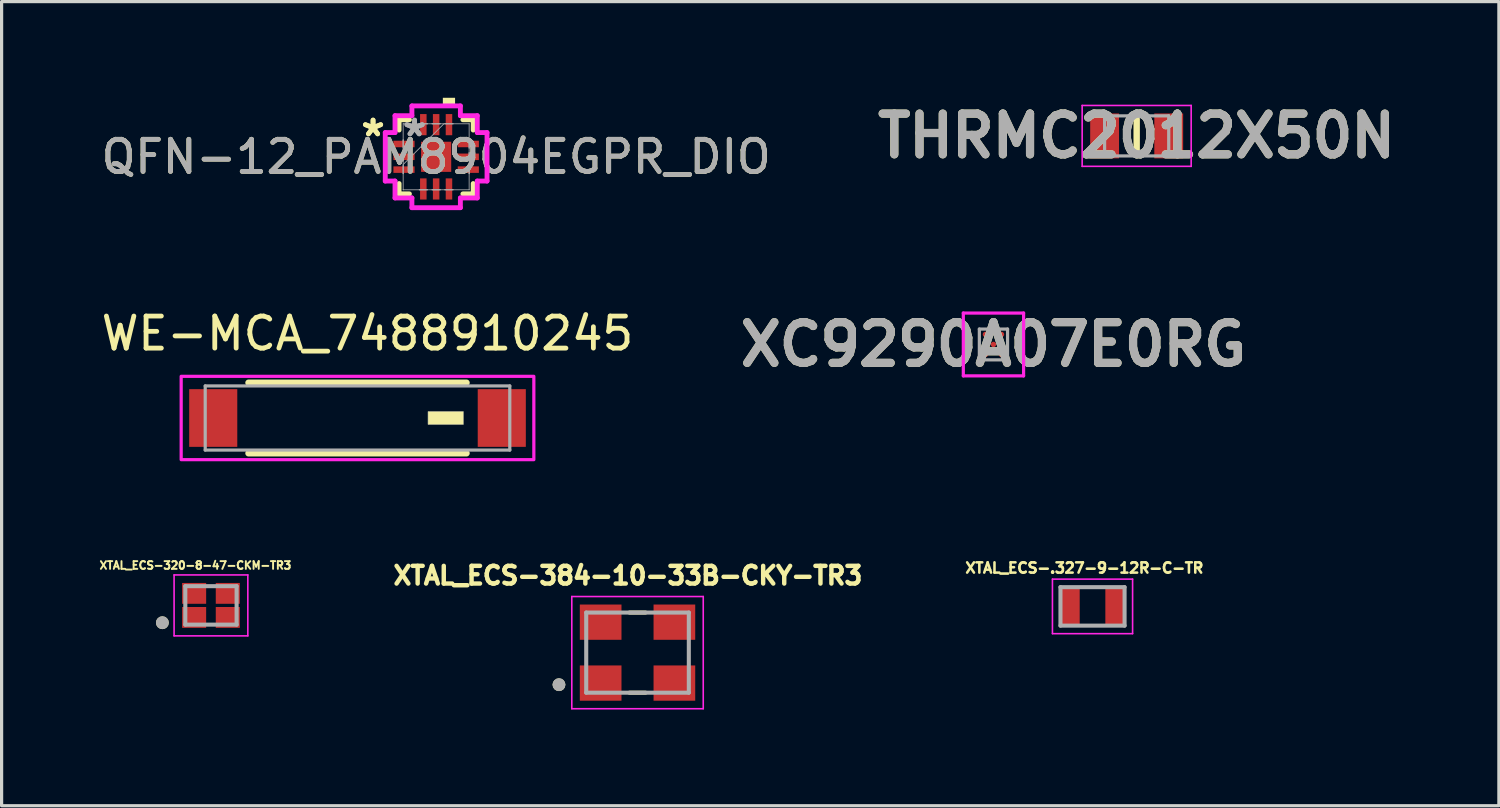
<source format=kicad_pcb>
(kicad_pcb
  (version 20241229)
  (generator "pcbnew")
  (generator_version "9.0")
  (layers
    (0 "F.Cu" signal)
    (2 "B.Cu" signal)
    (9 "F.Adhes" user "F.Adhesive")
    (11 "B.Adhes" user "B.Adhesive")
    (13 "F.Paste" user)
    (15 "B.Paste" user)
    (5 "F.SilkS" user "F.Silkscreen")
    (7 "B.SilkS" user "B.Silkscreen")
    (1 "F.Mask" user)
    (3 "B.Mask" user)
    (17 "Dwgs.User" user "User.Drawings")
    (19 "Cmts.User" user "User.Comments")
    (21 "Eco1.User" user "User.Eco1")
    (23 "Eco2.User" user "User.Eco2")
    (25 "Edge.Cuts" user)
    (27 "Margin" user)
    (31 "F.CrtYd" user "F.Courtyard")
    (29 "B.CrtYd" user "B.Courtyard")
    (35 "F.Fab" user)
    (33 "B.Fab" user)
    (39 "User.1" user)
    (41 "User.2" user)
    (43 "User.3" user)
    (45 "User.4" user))
  (footprint "XC9290A07E0RG"
    (layer "F.Cu")
    (at 27.937 7.694)
    (property "Reference" "XC9290A07E0RG" (at 0 0 0) (layer "F.SilkS") (effects (font (size 1.27 1.27) (thickness 0.254))))
    (attr smd)
    (fp_line (start 0.8 -0.363) (end 0.8 -0.363) (stroke (width 0.1) (type solid)) (layer "F.SilkS"))
    (fp_line (start 0.8 -0.263) (end 0.8 -0.263) (stroke (width 0.1) (type solid)) (layer "F.SilkS"))
    (fp_arc (start 0.8 -0.363) (mid 0.85 -0.313) (end 0.8 -0.263) (stroke (width 0.1) (type solid)) (layer "F.SilkS"))
    (fp_arc (start 0.8 -0.263) (mid 0.75 -0.313) (end 0.8 -0.363) (stroke (width 0.1) (type solid)) (layer "F.SilkS"))
    (fp_line (start -0.94 -0.98) (end 0.94 -0.98) (stroke (width 0.1) (type solid)) (layer "F.CrtYd"))
    (fp_line (start -0.94 0.98) (end -0.94 -0.98) (stroke (width 0.1) (type solid)) (layer "F.CrtYd"))
    (fp_line (start 0.94 -0.98) (end 0.94 0.98) (stroke (width 0.1) (type solid)) (layer "F.CrtYd"))
    (fp_line (start 0.94 0.98) (end -0.94 0.98) (stroke (width 0.1) (type solid)) (layer "F.CrtYd"))
    (fp_line (start -0.44 -0.48) (end -0.44 0.48) (stroke (width 0.1) (type solid)) (layer "F.Fab"))
    (fp_line (start -0.44 0.48) (end 0.44 0.48) (stroke (width 0.1) (type solid)) (layer "F.Fab"))
    (fp_line (start 0.44 -0.48) (end -0.44 -0.48) (stroke (width 0.1) (type solid)) (layer "F.Fab"))
    (fp_line (start 0.44 0.48) (end 0.44 -0.48) (stroke (width 0.1) (type solid)) (layer "F.Fab"))
    (fp_text user "${REFERENCE}" (at 0 0 0) (layer "F.Fab") (effects (font (size 1.27 1.27) (thickness 0.254))))
    (pad "1" smd circle (at 0.25 -0.313 90) (size 0.17 0.17) (layers "F.Cu" "F.Mask" "F.Paste"))
    (pad "2" smd circle (at -0.25 -0.313 90) (size 0.17 0.17) (layers "F.Cu" "F.Mask" "F.Paste"))
    (pad "3" smd circle (at -0.25 0.313 90) (size 0.17 0.17) (layers "F.Cu" "F.Mask" "F.Paste"))
    (pad "4" smd circle (at 0.25 0.313 90) (size 0.17 0.17) (layers "F.Cu" "F.Mask" "F.Paste"))
    (pad "5" smd circle (at 0 0 90) (size 0.17 0.17) (layers "F.Cu" "F.Mask" "F.Paste")))
  (footprint "WE-MCA_7488910245"
    (layer "F.Cu")
    (at 8.101 9.988)
    (property "Reference" "WE-MCA_7488910245" (at 0.31 -2.635 0) (layer "F.SilkS") (effects (font (size 1 1) (thickness 0.15))))
    (attr smd)
    (fp_line (start -3.4 -1.1) (end 3.4 -1.1) (stroke (width 0.2) (type solid)) (layer "F.SilkS"))
    (fp_line (start 3.4 1.1) (end -3.4 1.1) (stroke (width 0.2) (type solid)) (layer "F.SilkS"))
    (fp_poly (pts (xy 2.2 -0.2) (xy 3.3 -0.2) (xy 3.3 0.2) (xy 2.2 0.2)) (stroke (width 0.01) (type solid)) (fill yes) (layer "F.SilkS"))
    (fp_poly (pts (xy 5.5 -1.3) (xy 5.5 1.3) (xy -5.5 1.3) (xy -5.5 -1.3)) (stroke (width 0.1) (type solid)) (fill no) (layer "F.CrtYd"))
    (fp_line (start -4.75 -1) (end -4.75 1) (stroke (width 0.1) (type solid)) (layer "F.Fab"))
    (fp_line (start -4.75 -1) (end 4.75 -1) (stroke (width 0.1) (type solid)) (layer "F.Fab"))
    (fp_line (start 4.75 -1) (end 4.75 1) (stroke (width 0.1) (type solid)) (layer "F.Fab"))
    (fp_line (start 4.75 1) (end -4.75 1) (stroke (width 0.1) (type solid)) (layer "F.Fab"))
    (fp_poly (pts (xy 2.2 -0.2) (xy 3.3 -0.2) (xy 3.3 0.2) (xy 2.2 0.2)) (stroke (width 0.01) (type solid)) (fill no) (layer "F.Fab"))
    (pad "1" smd rect (at 4.5 0) (size 1.5 1.8) (layers "F.Cu" "F.Mask" "F.Paste"))
    (pad "2" smd rect (at -4.5 0) (size 1.5 1.8) (layers "F.Cu" "F.Mask" "F.Paste")))
  (footprint "XTAL_ECS-384-10-33B-CKY-TR3"
    (layer "F.Cu")
    (at 16.835 17.306)
    (property "Reference" "XTAL_ECS-384-10-33B-CKY-TR3" (at -0.3 -2.403 0) (layer "F.SilkS") (effects (font (size 0.552 0.552) (thickness 0.15))))
    (attr smd)
    (fp_line (start -0.25 -1.25) (end 0.25 -1.25) (stroke (width 0.127) (type solid)) (layer "F.SilkS"))
    (fp_line (start 0.25 1.25) (end -0.25 1.25) (stroke (width 0.127) (type solid)) (layer "F.SilkS"))
    (fp_circle (center -2.45 1) (end -2.35 1) (stroke (width 0.2) (type solid)) (fill no) (layer "F.SilkS"))
    (fp_line (start -2.05 -1.75) (end 2.05 -1.75) (stroke (width 0.05) (type solid)) (layer "F.CrtYd"))
    (fp_line (start -2.05 1.75) (end -2.05 -1.75) (stroke (width 0.05) (type solid)) (layer "F.CrtYd"))
    (fp_line (start 2.05 -1.75) (end 2.05 1.75) (stroke (width 0.05) (type solid)) (layer "F.CrtYd"))
    (fp_line (start 2.05 1.75) (end -2.05 1.75) (stroke (width 0.05) (type solid)) (layer "F.CrtYd"))
    (fp_line (start -1.6 -1.25) (end 1.6 -1.25) (stroke (width 0.127) (type solid)) (layer "F.Fab"))
    (fp_line (start -1.6 1.25) (end -1.6 -1.25) (stroke (width 0.127) (type solid)) (layer "F.Fab"))
    (fp_line (start 1.6 -1.25) (end 1.6 1.25) (stroke (width 0.127) (type solid)) (layer "F.Fab"))
    (fp_line (start 1.6 1.25) (end -1.6 1.25) (stroke (width 0.127) (type solid)) (layer "F.Fab"))
    (fp_circle (center -2.45 1) (end -2.35 1) (stroke (width 0.2) (type solid)) (fill no) (layer "F.Fab"))
    (pad "1" smd rect (at -1.15 0.95) (size 1.3 1.1) (layers "F.Cu" "F.Mask" "F.Paste"))
    (pad "2" smd rect (at 1.15 0.95) (size 1.3 1.1) (layers "F.Cu" "F.Mask" "F.Paste"))
    (pad "3" smd rect (at 1.15 -0.95) (size 1.3 1.1) (layers "F.Cu" "F.Mask" "F.Paste"))
    (pad "4" smd rect (at -1.15 -0.95) (size 1.3 1.1) (layers "F.Cu" "F.Mask" "F.Paste")))
  (footprint "XTAL_ECS-.327-9-12R-C-TR"
    (layer "F.Cu")
    (at 31.027 15.864)
    (property "Reference" "XTAL_ECS-.327-9-12R-C-TR" (at -0.254 -1.198 0) (layer "F.SilkS") (effects (font (size 0.32 0.32) (thickness 0.15))))
    (attr smd)
    (fp_line (start -1.25 -0.85) (end -1.25 0.85) (stroke (width 0.05) (type solid)) (layer "F.CrtYd"))
    (fp_line (start -1.25 0.85) (end 1.25 0.85) (stroke (width 0.05) (type solid)) (layer "F.CrtYd"))
    (fp_line (start 1.25 -0.85) (end -1.25 -0.85) (stroke (width 0.05) (type solid)) (layer "F.CrtYd"))
    (fp_line (start 1.25 0.85) (end 1.25 -0.85) (stroke (width 0.05) (type solid)) (layer "F.CrtYd"))
    (fp_line (start -1 -0.6) (end -1 0.6) (stroke (width 0.127) (type solid)) (layer "F.Fab"))
    (fp_line (start -1 0.6) (end 1 0.6) (stroke (width 0.127) (type solid)) (layer "F.Fab"))
    (fp_line (start 1 -0.6) (end -1 -0.6) (stroke (width 0.127) (type solid)) (layer "F.Fab"))
    (fp_line (start 1 0.6) (end 1 -0.6) (stroke (width 0.127) (type solid)) (layer "F.Fab"))
    (pad "1" smd rect (at -0.7 0) (size 0.6 1.1) (layers "F.Cu" "F.Mask" "F.Paste"))
    (pad "2" smd rect (at 0.7 0) (size 0.6 1.1) (layers "F.Cu" "F.Mask" "F.Paste")))
  (footprint "XTAL_ECS-320-8-47-CKM-TR3"
    (layer "F.Cu")
    (at 3.53 15.833)
    (property "Reference" "XTAL_ECS-320-8-47-CKM-TR3" (at -0.484 -1.248 0) (layer "F.SilkS") (effects (font (size 0.241 0.241) (thickness 0.15))))
    (attr smd)
    (fp_circle (center -1.515 0.54) (end -1.415 0.54) (stroke (width 0.2) (type solid)) (fill no) (layer "F.SilkS"))
    (fp_line (start -1.15 -0.95) (end -1.15 0.95) (stroke (width 0.05) (type solid)) (layer "F.CrtYd"))
    (fp_line (start -1.15 0.95) (end 1.15 0.95) (stroke (width 0.05) (type solid)) (layer "F.CrtYd"))
    (fp_line (start 1.15 -0.95) (end -1.15 -0.95) (stroke (width 0.05) (type solid)) (layer "F.CrtYd"))
    (fp_line (start 1.15 0.95) (end 1.15 -0.95) (stroke (width 0.05) (type solid)) (layer "F.CrtYd"))
    (fp_line (start -0.8 -0.6) (end -0.8 0.6) (stroke (width 0.127) (type solid)) (layer "F.Fab"))
    (fp_line (start -0.8 0.6) (end 0.8 0.6) (stroke (width 0.127) (type solid)) (layer "F.Fab"))
    (fp_line (start 0.8 -0.6) (end -0.8 -0.6) (stroke (width 0.127) (type solid)) (layer "F.Fab"))
    (fp_line (start 0.8 0.6) (end 0.8 -0.6) (stroke (width 0.127) (type solid)) (layer "F.Fab"))
    (fp_circle (center -1.515 0.54) (end -1.415 0.54) (stroke (width 0.2) (type solid)) (fill no) (layer "F.Fab"))
    (pad "1" smd rect (at -0.525 0.375) (size 0.75 0.65) (layers "F.Cu" "F.Mask" "F.Paste"))
    (pad "2" smd rect (at 0.525 0.375) (size 0.75 0.65) (layers "F.Cu" "F.Mask" "F.Paste"))
    (pad "3" smd rect (at 0.525 -0.375) (size 0.75 0.65) (layers "F.Cu" "F.Mask" "F.Paste"))
    (pad "4" smd rect (at -0.525 -0.375) (size 0.75 0.65) (layers "F.Cu" "F.Mask" "F.Paste")))
  (footprint "QFN-12_PAM8904EGPR_DIO"
    (layer "F.Cu")
    (at 10.554 1.841)
    (property "Reference" "QFN-12_PAM8904EGPR_DIO" (at 0 0 0) (unlocked yes) (layer "F.SilkS") (effects (font (size 1 1) (thickness 0.15))))
    (attr smd)
    (fp_line (start -1.156 -1.156) (end -1.156 -0.834) (stroke (width 0.152) (type solid)) (layer "F.SilkS"))
    (fp_line (start -1.156 0.834) (end -1.156 1.156) (stroke (width 0.152) (type solid)) (layer "F.SilkS"))
    (fp_line (start -1.156 1.156) (end -0.834 1.156) (stroke (width 0.152) (type solid)) (layer "F.SilkS"))
    (fp_line (start -0.834 -1.156) (end -1.156 -1.156) (stroke (width 0.152) (type solid)) (layer "F.SilkS"))
    (fp_line (start 0.834 1.156) (end 1.156 1.156) (stroke (width 0.152) (type solid)) (layer "F.SilkS"))
    (fp_line (start 1.156 -1.156) (end 0.834 -1.156) (stroke (width 0.152) (type solid)) (layer "F.SilkS"))
    (fp_line (start 1.156 -0.834) (end 1.156 -1.156) (stroke (width 0.152) (type solid)) (layer "F.SilkS"))
    (fp_line (start 1.156 1.156) (end 1.156 0.834) (stroke (width 0.152) (type solid)) (layer "F.SilkS"))
    (fp_poly (pts (xy 0.209 -1.587) (xy 0.209 -1.841) (xy 0.59 -1.841) (xy 0.59 -1.587)) (stroke (width 0) (type solid)) (fill yes) (layer "F.SilkS"))
    (fp_line (start -1.587 -0.756) (end -1.283 -0.756) (stroke (width 0.152) (type solid)) (layer "F.CrtYd"))
    (fp_line (start -1.587 0.756) (end -1.587 -0.756) (stroke (width 0.152) (type solid)) (layer "F.CrtYd"))
    (fp_line (start -1.283 -1.283) (end -0.756 -1.283) (stroke (width 0.152) (type solid)) (layer "F.CrtYd"))
    (fp_line (start -1.283 -0.756) (end -1.283 -1.283) (stroke (width 0.152) (type solid)) (layer "F.CrtYd"))
    (fp_line (start -1.283 0.756) (end -1.587 0.756) (stroke (width 0.152) (type solid)) (layer "F.CrtYd"))
    (fp_line (start -1.283 1.283) (end -1.283 0.756) (stroke (width 0.152) (type solid)) (layer "F.CrtYd"))
    (fp_line (start -0.756 -1.587) (end 0.756 -1.587) (stroke (width 0.152) (type solid)) (layer "F.CrtYd"))
    (fp_line (start -0.756 -1.283) (end -0.756 -1.587) (stroke (width 0.152) (type solid)) (layer "F.CrtYd"))
    (fp_line (start -0.756 1.283) (end -1.283 1.283) (stroke (width 0.152) (type solid)) (layer "F.CrtYd"))
    (fp_line (start -0.756 1.587) (end -0.756 1.283) (stroke (width 0.152) (type solid)) (layer "F.CrtYd"))
    (fp_line (start 0.756 -1.587) (end 0.756 -1.283) (stroke (width 0.152) (type solid)) (layer "F.CrtYd"))
    (fp_line (start 0.756 -1.283) (end 1.283 -1.283) (stroke (width 0.152) (type solid)) (layer "F.CrtYd"))
    (fp_line (start 0.756 1.283) (end 0.756 1.587) (stroke (width 0.152) (type solid)) (layer "F.CrtYd"))
    (fp_line (start 0.756 1.587) (end -0.756 1.587) (stroke (width 0.152) (type solid)) (layer "F.CrtYd"))
    (fp_line (start 1.283 -1.283) (end 1.283 -0.756) (stroke (width 0.152) (type solid)) (layer "F.CrtYd"))
    (fp_line (start 1.283 -0.756) (end 1.587 -0.756) (stroke (width 0.152) (type solid)) (layer "F.CrtYd"))
    (fp_line (start 1.283 0.756) (end 1.283 1.283) (stroke (width 0.152) (type solid)) (layer "F.CrtYd"))
    (fp_line (start 1.283 1.283) (end 0.756 1.283) (stroke (width 0.152) (type solid)) (layer "F.CrtYd"))
    (fp_line (start 1.587 -0.756) (end 1.587 0.756) (stroke (width 0.152) (type solid)) (layer "F.CrtYd"))
    (fp_line (start 1.587 0.756) (end 1.283 0.756) (stroke (width 0.152) (type solid)) (layer "F.CrtYd"))
    (fp_line (start -1.029 -1.029) (end -1.029 -1.029) (stroke (width 0.025) (type solid)) (layer "F.Fab"))
    (fp_line (start -1.029 -1.029) (end -1.029 1.029) (stroke (width 0.025) (type solid)) (layer "F.Fab"))
    (fp_line (start -1.029 -0.527) (end -1.029 -0.527) (stroke (width 0.025) (type solid)) (layer "F.Fab"))
    (fp_line (start -1.029 -0.527) (end -1.029 -0.273) (stroke (width 0.025) (type solid)) (layer "F.Fab"))
    (fp_line (start -1.029 -0.273) (end -1.029 -0.527) (stroke (width 0.025) (type solid)) (layer "F.Fab"))
    (fp_line (start -1.029 -0.273) (end -1.029 -0.273) (stroke (width 0.025) (type solid)) (layer "F.Fab"))
    (fp_line (start -1.029 -0.127) (end -1.029 -0.127) (stroke (width 0.025) (type solid)) (layer "F.Fab"))
    (fp_line (start -1.029 -0.127) (end -1.029 0.127) (stroke (width 0.025) (type solid)) (layer "F.Fab"))
    (fp_line (start -1.029 0.127) (end -1.029 -0.127) (stroke (width 0.025) (type solid)) (layer "F.Fab"))
    (fp_line (start -1.029 0.127) (end -1.029 0.127) (stroke (width 0.025) (type solid)) (layer "F.Fab"))
    (fp_line (start -1.029 0.241) (end 0.241 -1.029) (stroke (width 0.025) (type solid)) (layer "F.Fab"))
    (fp_line (start -1.029 0.273) (end -1.029 0.273) (stroke (width 0.025) (type solid)) (layer "F.Fab"))
    (fp_line (start -1.029 0.273) (end -1.029 0.527) (stroke (width 0.025) (type solid)) (layer "F.Fab"))
    (fp_line (start -1.029 0.527) (end -1.029 0.273) (stroke (width 0.025) (type solid)) (layer "F.Fab"))
    (fp_line (start -1.029 0.527) (end -1.029 0.527) (stroke (width 0.025) (type solid)) (layer "F.Fab"))
    (fp_line (start -1.029 1.029) (end -1.029 1.029) (stroke (width 0.025) (type solid)) (layer "F.Fab"))
    (fp_line (start -1.029 1.029) (end 1.029 1.029) (stroke (width 0.025) (type solid)) (layer "F.Fab"))
    (fp_line (start -0.527 -1.029) (end -0.527 -1.029) (stroke (width 0.025) (type solid)) (layer "F.Fab"))
    (fp_line (start -0.527 -1.029) (end -0.273 -1.029) (stroke (width 0.025) (type solid)) (layer "F.Fab"))
    (fp_line (start -0.527 1.029) (end -0.527 1.029) (stroke (width 0.025) (type solid)) (layer "F.Fab"))
    (fp_line (start -0.527 1.029) (end -0.273 1.029) (stroke (width 0.025) (type solid)) (layer "F.Fab"))
    (fp_line (start -0.273 -1.029) (end -0.527 -1.029) (stroke (width 0.025) (type solid)) (layer "F.Fab"))
    (fp_line (start -0.273 -1.029) (end -0.273 -1.029) (stroke (width 0.025) (type solid)) (layer "F.Fab"))
    (fp_line (start -0.273 1.029) (end -0.527 1.029) (stroke (width 0.025) (type solid)) (layer "F.Fab"))
    (fp_line (start -0.273 1.029) (end -0.273 1.029) (stroke (width 0.025) (type solid)) (layer "F.Fab"))
    (fp_line (start -0.127 -1.029) (end -0.127 -1.029) (stroke (width 0.025) (type solid)) (layer "F.Fab"))
    (fp_line (start -0.127 -1.029) (end 0.127 -1.029) (stroke (width 0.025) (type solid)) (layer "F.Fab"))
    (fp_line (start -0.127 1.029) (end -0.127 1.029) (stroke (width 0.025) (type solid)) (layer "F.Fab"))
    (fp_line (start -0.127 1.029) (end 0.127 1.029) (stroke (width 0.025) (type solid)) (layer "F.Fab"))
    (fp_line (start 0.127 -1.029) (end -0.127 -1.029) (stroke (width 0.025) (type solid)) (layer "F.Fab"))
    (fp_line (start 0.127 -1.029) (end 0.127 -1.029) (stroke (width 0.025) (type solid)) (layer "F.Fab"))
    (fp_line (start 0.127 1.029) (end -0.127 1.029) (stroke (width 0.025) (type solid)) (layer "F.Fab"))
    (fp_line (start 0.127 1.029) (end 0.127 1.029) (stroke (width 0.025) (type solid)) (layer "F.Fab"))
    (fp_line (start 0.273 -1.029) (end 0.273 -1.029) (stroke (width 0.025) (type solid)) (layer "F.Fab"))
    (fp_line (start 0.273 -1.029) (end 0.527 -1.029) (stroke (width 0.025) (type solid)) (layer "F.Fab"))
    (fp_line (start 0.273 1.029) (end 0.273 1.029) (stroke (width 0.025) (type solid)) (layer "F.Fab"))
    (fp_line (start 0.273 1.029) (end 0.527 1.029) (stroke (width 0.025) (type solid)) (layer "F.Fab"))
    (fp_line (start 0.527 -1.029) (end 0.273 -1.029) (stroke (width 0.025) (type solid)) (layer "F.Fab"))
    (fp_line (start 0.527 -1.029) (end 0.527 -1.029) (stroke (width 0.025) (type solid)) (layer "F.Fab"))
    (fp_line (start 0.527 1.029) (end 0.273 1.029) (stroke (width 0.025) (type solid)) (layer "F.Fab"))
    (fp_line (start 0.527 1.029) (end 0.527 1.029) (stroke (width 0.025) (type solid)) (layer "F.Fab"))
    (fp_line (start 1.029 -1.029) (end -1.029 -1.029) (stroke (width 0.025) (type solid)) (layer "F.Fab"))
    (fp_line (start 1.029 -1.029) (end 1.029 -1.029) (stroke (width 0.025) (type solid)) (layer "F.Fab"))
    (fp_line (start 1.029 -0.527) (end 1.029 -0.527) (stroke (width 0.025) (type solid)) (layer "F.Fab"))
    (fp_line (start 1.029 -0.527) (end 1.029 -0.273) (stroke (width 0.025) (type solid)) (layer "F.Fab"))
    (fp_line (start 1.029 -0.273) (end 1.029 -0.527) (stroke (width 0.025) (type solid)) (layer "F.Fab"))
    (fp_line (start 1.029 -0.273) (end 1.029 -0.273) (stroke (width 0.025) (type solid)) (layer "F.Fab"))
    (fp_line (start 1.029 -0.127) (end 1.029 -0.127) (stroke (width 0.025) (type solid)) (layer "F.Fab"))
    (fp_line (start 1.029 -0.127) (end 1.029 0.127) (stroke (width 0.025) (type solid)) (layer "F.Fab"))
    (fp_line (start 1.029 0.127) (end 1.029 -0.127) (stroke (width 0.025) (type solid)) (layer "F.Fab"))
    (fp_line (start 1.029 0.127) (end 1.029 0.127) (stroke (width 0.025) (type solid)) (layer "F.Fab"))
    (fp_line (start 1.029 0.273) (end 1.029 0.273) (stroke (width 0.025) (type solid)) (layer "F.Fab"))
    (fp_line (start 1.029 0.273) (end 1.029 0.527) (stroke (width 0.025) (type solid)) (layer "F.Fab"))
    (fp_line (start 1.029 0.527) (end 1.029 0.273) (stroke (width 0.025) (type solid)) (layer "F.Fab"))
    (fp_line (start 1.029 0.527) (end 1.029 0.527) (stroke (width 0.025) (type solid)) (layer "F.Fab"))
    (fp_line (start 1.029 1.029) (end 1.029 -1.029) (stroke (width 0.025) (type solid)) (layer "F.Fab"))
    (fp_line (start 1.029 1.029) (end 1.029 1.029) (stroke (width 0.025) (type solid)) (layer "F.Fab"))
    (fp_text user "*" (at -1.968 -0.6 0) (layer "F.SilkS") (effects (font (size 1 1) (thickness 0.15))))
    (fp_text user "*" (at -1.968 -0.6 0) (unlocked yes) (layer "F.SilkS") (effects (font (size 1 1) (thickness 0.15))))
    (fp_text user "*" (at -0.673 -0.6 0) (layer "F.Fab") (effects (font (size 1 1) (thickness 0.15))))
    (fp_text user "${REFERENCE}" (at 0 0 0) (unlocked yes) (layer "F.Fab") (effects (font (size 1 1) (thickness 0.15))))
    (fp_text user "*" (at -0.673 -0.6 0) (unlocked yes) (layer "F.Fab") (effects (font (size 1 1) (thickness 0.15))))
    (pad "1" smd rect (at -1.003 -0.4 90) (size 0.203 0.66) (layers "F.Cu" "F.Mask" "F.Paste"))
    (pad "2" smd rect (at -1.003 0 90) (size 0.203 0.66) (layers "F.Cu" "F.Mask" "F.Paste"))
    (pad "3" smd rect (at -1.003 0.4 90) (size 0.203 0.66) (layers "F.Cu" "F.Mask" "F.Paste"))
    (pad "4" smd rect (at -0.4 1.003) (size 0.203 0.66) (layers "F.Cu" "F.Mask" "F.Paste"))
    (pad "5" smd rect (at 0 1.003) (size 0.203 0.66) (layers "F.Cu" "F.Mask" "F.Paste"))
    (pad "6" smd rect (at 0.4 1.003) (size 0.203 0.66) (layers "F.Cu" "F.Mask" "F.Paste"))
    (pad "7" smd rect (at 1.003 0.4 90) (size 0.203 0.66) (layers "F.Cu" "F.Mask" "F.Paste"))
    (pad "8" smd rect (at 1.003 0 90) (size 0.203 0.66) (layers "F.Cu" "F.Mask" "F.Paste"))
    (pad "9" smd rect (at 1.003 -0.4 90) (size 0.203 0.66) (layers "F.Cu" "F.Mask" "F.Paste"))
    (pad "10" smd rect (at 0.4 -1.003) (size 0.203 0.66) (layers "F.Cu" "F.Mask" "F.Paste"))
    (pad "11" smd rect (at 0 -1.003) (size 0.203 0.66) (layers "F.Cu" "F.Mask" "F.Paste"))
    (pad "12" smd rect (at -0.4 -1.003) (size 0.203 0.66) (layers "F.Cu" "F.Mask" "F.Paste"))
    (pad "13" smd rect (at 0 0) (size 0.94 0.94) (layers "F.Cu" "F.Mask" "F.Paste")))
  (footprint "THRMC2012X50N"
    (layer "F.Cu")
    (at 32.404 1.189)
    (property "Reference" "THRMC2012X50N" (at 0 0 0) (layer "F.SilkS") (effects (font (size 1.27 1.27) (thickness 0.254))))
    (attr smd)
    (fp_line (start 0 -0.525) (end 0 0.525) (stroke (width 0.2) (type solid)) (layer "F.SilkS"))
    (fp_line (start -1.7 -0.95) (end 1.7 -0.95) (stroke (width 0.05) (type solid)) (layer "F.CrtYd"))
    (fp_line (start -1.7 0.95) (end -1.7 -0.95) (stroke (width 0.05) (type solid)) (layer "F.CrtYd"))
    (fp_line (start 1.7 -0.95) (end 1.7 0.95) (stroke (width 0.05) (type solid)) (layer "F.CrtYd"))
    (fp_line (start 1.7 0.95) (end -1.7 0.95) (stroke (width 0.05) (type solid)) (layer "F.CrtYd"))
    (fp_line (start -1 -0.625) (end 1 -0.625) (stroke (width 0.1) (type solid)) (layer "F.Fab"))
    (fp_line (start -1 0.625) (end -1 -0.625) (stroke (width 0.1) (type solid)) (layer "F.Fab"))
    (fp_line (start 1 -0.625) (end 1 0.625) (stroke (width 0.1) (type solid)) (layer "F.Fab"))
    (fp_line (start 1 0.625) (end -1 0.625) (stroke (width 0.1) (type solid)) (layer "F.Fab"))
    (fp_text user "${REFERENCE}" (at 0 0 0) (layer "F.Fab") (effects (font (size 1.27 1.27) (thickness 0.254))))
    (pad "1" smd rect (at -1 0) (size 0.9 1.4) (layers "F.Cu" "F.Mask" "F.Paste"))
    (pad "2" smd rect (at 1 0) (size 0.9 1.4) (layers "F.Cu" "F.Mask" "F.Paste")))
  (gr_rect
    (start -3 -3)
    (end 43.702 22.081)
    (stroke (width 0.1) (type default))
    (fill no)
    (layer "Edge.Cuts")))
</source>
